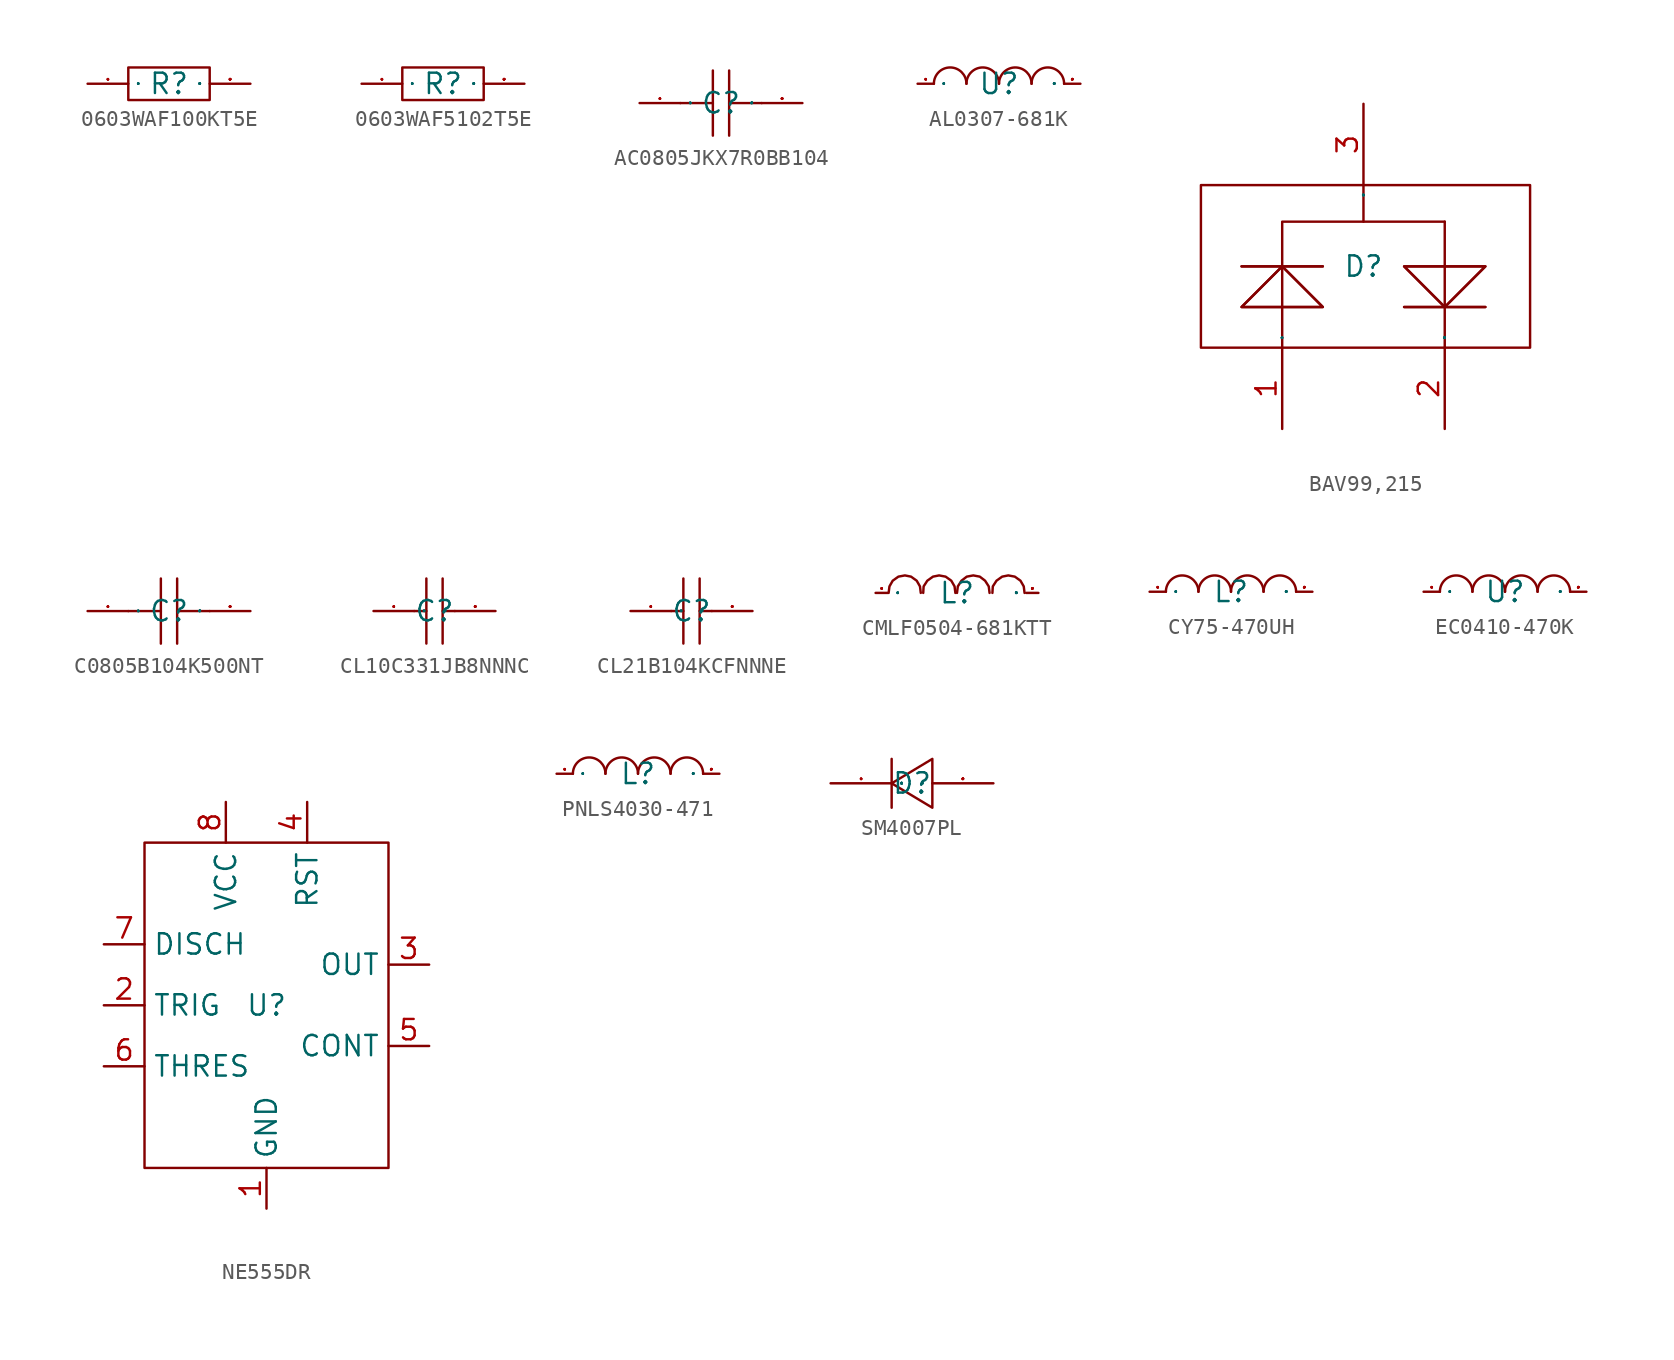
<source format=kicad_sym>
(kicad_symbol_lib
  (version 20241209)
  (generator "kicad_symbol_editor")
  (generator_version "9.0")
  (symbol "0603WAF100KT5E"
    (property "Reference" "R"
      (at 0 0 0)
      (effects (font (size 1.27 1.27))))
    (symbol "0603WAF100KT5E_1_0"
      (rectangle (start -2.54 -1.016) (end 2.54 1.016) (stroke (width 0) (type default)) (fill (type none)))
      (pin input line (at -5.08 0 0) (length 2.54) (name "1" (effects (font (size 0.025 0.025)))) (number "1" (effects (font (size 0.025 0.025)))))
      (pin input line (at 5.08 0 180) (length 2.54) (name "2" (effects (font (size 0.025 0.025)))) (number "2" (effects (font (size 0.025 0.025)))))))
  (symbol "0603WAF5102T5E"
    (property "Reference" "R"
      (at 0 0 0)
      (effects (font (size 1.27 1.27))))
    (symbol "0603WAF5102T5E_1_0"
      (rectangle (start -2.54 -1.016) (end 2.54 1.016) (stroke (width 0) (type default)) (fill (type none)))
      (pin input line (at -5.08 0 0) (length 2.54) (name "1" (effects (font (size 0.025 0.025)))) (number "1" (effects (font (size 0.025 0.025)))))
      (pin input line (at 5.08 0 180) (length 2.54) (name "2" (effects (font (size 0.025 0.025)))) (number "2" (effects (font (size 0.025 0.025)))))))
  (symbol "AC0805JKX7R0BB104"
    (property "Reference" "C"
      (at 0 0 0)
      (effects (font (size 1.27 1.27))))
    (symbol "AC0805JKX7R0BB104_1_0"
      (polyline (pts (xy -0.508 0) (xy -2.54 0)) (stroke (width 0) (type default)) (fill (type none)))
      (polyline (pts (xy -0.508 -2.032) (xy -0.508 2.032)) (stroke (width 0) (type default)) (fill (type none)))
      (polyline (pts (xy 0.508 2.032) (xy 0.508 -2.032)) (stroke (width 0) (type default)) (fill (type none)))
      (polyline (pts (xy 2.54 0) (xy 0.508 0)) (stroke (width 0) (type default)) (fill (type none)))
      (pin unspecified line (at -5.08 0 0) (length 2.54) (name "1" (effects (font (size 0.025 0.025)))) (number "1" (effects (font (size 0.025 0.025)))))
      (pin unspecified line (at 5.08 0 180) (length 2.54) (name "2" (effects (font (size 0.025 0.025)))) (number "2" (effects (font (size 0.025 0.025)))))))
  (symbol "AL0307-681K"
    (property "Reference" "U"
      (at 0 0 0)
      (effects (font (size 1.27 1.27))))
    (symbol "AL0307-681K_1_0"
      (arc (start -4.064 0) (mid -3.0226 1.016) (end -2.032 0) (stroke (width 0) (type default)) (fill (type none)))
      (arc (start -2.032 0) (mid -0.9906 1.016) (end 0 0) (stroke (width 0) (type default)) (fill (type none)))
      (arc (start 0 0) (mid 1.016 1.016) (end 2.032 0) (stroke (width 0) (type default)) (fill (type none)))
      (arc (start 2.032 0) (mid 3.048 1.016) (end 4.064 0) (stroke (width 0) (type default)) (fill (type none)))
      (pin unspecified line (at -5.08 0 0) (length 1.016) (name "1" (effects (font (size 0.025 0.025)))) (number "1" (effects (font (size 0.025 0.025)))))
      (pin unspecified line (at 5.08 0 180) (length 1.016) (name "2" (effects (font (size 0.025 0.025)))) (number "2" (effects (font (size 0.025 0.025)))))))
  (symbol "BAV99,215"
    (property "Reference" "D"
      (at 0 0 0)
      (effects (font (size 1.27 1.27))))
    (property "Value" ""
      (at 0 0 0)
      (effects (font (size 1.27 1.27))))
    (symbol "BAV99,215_1_0"
      (rectangle (start -10.16 -5.08) (end 10.414 5.08) (stroke (width 0) (type default)) (fill (type none)))
      (polyline (pts (xy -7.62 0) (xy -2.54 0)) (stroke (width 0) (type default)) (fill (type none)))
      (polyline (pts (xy -7.62 0) (xy -2.54 0)) (stroke (width 0) (type default)) (fill (type none)))
      (polyline (pts (xy -5.08 -5.08) (xy -5.08 2.794) (xy -5.08 2.794) (xy 5.08 2.794)) (stroke (width 0) (type default)) (fill (type none)))
      (polyline (pts (xy -2.54 -2.54) (xy -5.08 0) (xy -5.08 0) (xy -7.62 -2.54) (xy -7.62 -2.54) (xy -2.54 -2.54)) (stroke (width 0) (type default)) (fill (type none)))
      (polyline (pts (xy -2.54 -2.54) (xy -5.08 0) (xy -5.08 0) (xy -7.62 -2.54) (xy -7.62 -2.54) (xy -2.54 -2.54)) (stroke (width 0) (type default)) (fill (type none)))
      (polyline (pts (xy 0 5.08) (xy 0 2.794)) (stroke (width 0) (type default)) (fill (type none)))
      (polyline (pts (xy 2.54 0) (xy 5.08 -2.54) (xy 5.08 -2.54) (xy 7.62 0) (xy 7.62 0) (xy 2.54 0)) (stroke (width 0) (type default)) (fill (type none)))
      (polyline (pts (xy 2.54 0) (xy 5.08 -2.54) (xy 5.08 -2.54) (xy 7.62 0) (xy 7.62 0) (xy 2.54 0)) (stroke (width 0) (type default)) (fill (type none)))
      (polyline (pts (xy 5.08 2.794) (xy 5.08 -5.08)) (stroke (width 0) (type default)) (fill (type none)))
      (polyline (pts (xy 7.62 -2.54) (xy 2.54 -2.54)) (stroke (width 0) (type default)) (fill (type none)))
      (polyline (pts (xy 7.62 -2.54) (xy 2.54 -2.54)) (stroke (width 0) (type default)) (fill (type none)))
      (pin input line (at -5.08 -10.16 90) (length 5.08) (name "1" (effects (font (size 0.025 0.025)))) (number "1" (effects (font (size 1.27 1.27)))))
      (pin input line (at 0 10.16 270) (length 5.08) (name "3" (effects (font (size 0.025 0.025)))) (number "3" (effects (font (size 1.27 1.27)))))
      (pin input line (at 5.08 -10.16 90) (length 5.08) (name "2" (effects (font (size 0.025 0.025)))) (number "2" (effects (font (size 1.27 1.27)))))))
  (symbol "C0805B104K500NT"
    (property "Reference" "C"
      (at 0 0 0)
      (effects (font (size 1.27 1.27))))
    (symbol "C0805B104K500NT_1_0"
      (polyline (pts (xy -0.508 0) (xy -2.54 0)) (stroke (width 0) (type default)) (fill (type none)))
      (polyline (pts (xy -0.508 -2.032) (xy -0.508 2.032)) (stroke (width 0) (type default)) (fill (type none)))
      (polyline (pts (xy 0.508 2.032) (xy 0.508 -2.032)) (stroke (width 0) (type default)) (fill (type none)))
      (polyline (pts (xy 2.54 0) (xy 0.508 0)) (stroke (width 0) (type default)) (fill (type none)))
      (pin unspecified line (at -5.08 0 0) (length 2.54) (name "1" (effects (font (size 0.025 0.025)))) (number "1" (effects (font (size 0.025 0.025)))))
      (pin unspecified line (at 5.08 0 180) (length 2.54) (name "2" (effects (font (size 0.025 0.025)))) (number "2" (effects (font (size 0.025 0.025)))))))
  (symbol "CL10C331JB8NNNC"
    (property "Reference" "C"
      (at 0 0 0)
      (effects (font (size 1.27 1.27))))
    (symbol "CL10C331JB8NNNC_1_0"
      (polyline (pts (xy -1.27 0) (xy -0.508 0)) (stroke (width 0) (type default)) (fill (type none)))
      (polyline (pts (xy -0.508 2.032) (xy -0.508 -2.032)) (stroke (width 0) (type default)) (fill (type none)))
      (polyline (pts (xy 0.508 2.032) (xy 0.508 -2.032)) (stroke (width 0) (type default)) (fill (type none)))
      (polyline (pts (xy 0.508 0) (xy 1.27 0)) (stroke (width 0) (type default)) (fill (type none)))
      (pin input line (at -3.81 0 0) (length 2.54) (name "1" (effects (font (size 0.025 0.025)))) (number "1" (effects (font (size 0.025 0.025)))))
      (pin input line (at 3.81 0 180) (length 2.54) (name "2" (effects (font (size 0.025 0.025)))) (number "2" (effects (font (size 0.025 0.025)))))))
  (symbol "CL21B104KCFNNNE"
    (property "Reference" "C"
      (at 0 0 0)
      (effects (font (size 1.27 1.27))))
    (symbol "CL21B104KCFNNNE_1_0"
      (polyline (pts (xy -1.27 0) (xy -0.508 0)) (stroke (width 0) (type default)) (fill (type none)))
      (polyline (pts (xy -0.508 2.032) (xy -0.508 -2.032)) (stroke (width 0) (type default)) (fill (type none)))
      (polyline (pts (xy 0.508 2.032) (xy 0.508 -2.032)) (stroke (width 0) (type default)) (fill (type none)))
      (polyline (pts (xy 0.508 0) (xy 1.27 0)) (stroke (width 0) (type default)) (fill (type none)))
      (pin input line (at -3.81 0 0) (length 2.54) (name "1" (effects (font (size 0.025 0.025)))) (number "1" (effects (font (size 0.025 0.025)))))
      (pin input line (at 3.81 0 180) (length 2.54) (name "2" (effects (font (size 0.025 0.025)))) (number "2" (effects (font (size 0.025 0.025)))))))
  (symbol "CMLF0504-681KTT"
    (property "Reference" "L"
      (at 0 0 0)
      (effects (font (size 1.27 1.27))))
    (symbol "CMLF0504-681KTT_1_0"
      (polyline (pts (xy -4.267 0) (xy -4.216 0.406) (xy -4.216 0.406) (xy -4.013 0.762) (xy -4.013 0.762) (xy -3.658 1.016) (xy -3.658 1.016) (xy -3.251 1.092) (xy -3.251 1.092) (xy -2.87 1.016) (xy -2.87 1.016) (xy -2.515 0.762) (xy -2.515 0.762) (xy -2.311 0.406) (xy -2.311 0.406) (xy -2.261 0)) (stroke (width 0) (type default)) (fill (type none)))
      (polyline (pts (xy -2.108 0) (xy -2.083 0.406) (xy -2.083 0.406) (xy -1.854 0.762) (xy -1.854 0.762) (xy -1.499 1.016) (xy -1.499 1.016) (xy -1.118 1.092) (xy -1.118 1.092) (xy -0.711 1.016) (xy -0.711 1.016) (xy -0.356 0.762) (xy -0.356 0.762) (xy -0.152 0.406) (xy -0.152 0.406) (xy -0.102 0)) (stroke (width 0) (type default)) (fill (type none)))
      (polyline (pts (xy 0 0) (xy 0.051 0.406) (xy 0.051 0.406) (xy 0.279 0.762) (xy 0.279 0.762) (xy 0.61 1.016) (xy 0.61 1.016) (xy 1.016 1.092) (xy 1.016 1.092) (xy 1.422 1.016) (xy 1.422 1.016) (xy 1.753 0.762) (xy 1.753 0.762) (xy 1.981 0.406) (xy 1.981 0.406) (xy 2.032 0)) (stroke (width 0) (type default)) (fill (type none)))
      (polyline (pts (xy 2.21 0) (xy 2.235 0.406) (xy 2.235 0.406) (xy 2.464 0.762) (xy 2.464 0.762) (xy 2.819 1.016) (xy 2.819 1.016) (xy 3.2 1.092) (xy 3.2 1.092) (xy 3.607 1.016) (xy 3.607 1.016) (xy 3.962 0.762) (xy 3.962 0.762) (xy 4.166 0.406) (xy 4.166 0.406) (xy 4.216 0)) (stroke (width 0) (type default)) (fill (type none)))
      (pin input line (at -5.08 0 0) (length 0.762) (name "1" (effects (font (size 0.025 0.025)))) (number "1" (effects (font (size 0.025 0.025)))))
      (pin input line (at 5.08 0 180) (length 0.762) (name "2" (effects (font (size 0.025 0.025)))) (number "2" (effects (font (size 0.025 0.025)))))))
  (symbol "CY75-470UH"
    (property "Reference" "L"
      (at 0 0 0)
      (effects (font (size 1.27 1.27))))
    (symbol "CY75-470UH_1_0"
      (arc (start -4.064 0) (mid -3.0226 1.016) (end -2.032 0) (stroke (width 0) (type default)) (fill (type none)))
      (arc (start -2.032 0) (mid -0.9906 1.016) (end 0 0) (stroke (width 0) (type default)) (fill (type none)))
      (arc (start 0 0) (mid 1.016 1.016) (end 2.032 0) (stroke (width 0) (type default)) (fill (type none)))
      (arc (start 2.032 0) (mid 3.048 1.016) (end 4.064 0) (stroke (width 0) (type default)) (fill (type none)))
      (pin unspecified line (at -5.08 0 0) (length 1.016) (name "1" (effects (font (size 0.025 0.025)))) (number "1" (effects (font (size 0.025 0.025)))))
      (pin unspecified line (at 5.08 0 180) (length 1.016) (name "2" (effects (font (size 0.025 0.025)))) (number "2" (effects (font (size 0.025 0.025)))))))
  (symbol "EC0410-470K"
    (property "Reference" "U"
      (at 0 0 0)
      (effects (font (size 1.27 1.27))))
    (symbol "EC0410-470K_1_0"
      (arc (start -4.064 0) (mid -3.0226 1.016) (end -2.032 0) (stroke (width 0) (type default)) (fill (type none)))
      (arc (start -2.032 0) (mid -0.9906 1.016) (end 0 0) (stroke (width 0) (type default)) (fill (type none)))
      (arc (start 0 0) (mid 1.016 1.016) (end 2.032 0) (stroke (width 0) (type default)) (fill (type none)))
      (arc (start 2.032 0) (mid 3.048 1.016) (end 4.064 0) (stroke (width 0) (type default)) (fill (type none)))
      (pin unspecified line (at -5.08 0 0) (length 1.016) (name "1" (effects (font (size 0.025 0.025)))) (number "1" (effects (font (size 0.025 0.025)))))
      (pin unspecified line (at 5.08 0 180) (length 1.016) (name "2" (effects (font (size 0.025 0.025)))) (number "2" (effects (font (size 0.025 0.025)))))))
  (symbol "NE555DR"
    (property "Reference" "U"
      (at 0 0 0)
      (effects (font (size 1.27 1.27))))
    (symbol "NE555DR_1_0"
      (rectangle (start -7.62 -10.16) (end 7.62 10.16) (stroke (width 0) (type default)) (fill (type none)))
      (pin unspecified line (at -10.16 3.81 0) (length 2.54) (name "DISCH" (effects (font (size 1.27 1.27)))) (number "7" (effects (font (size 1.27 1.27)))))
      (pin unspecified line (at -10.16 0 0) (length 2.54) (name "TRIG" (effects (font (size 1.27 1.27)))) (number "2" (effects (font (size 1.27 1.27)))))
      (pin unspecified line (at -10.16 -3.81 0) (length 2.54) (name "THRES" (effects (font (size 1.27 1.27)))) (number "6" (effects (font (size 1.27 1.27)))))
      (pin unspecified line (at -2.54 12.7 270) (length 2.54) (name "VCC" (effects (font (size 1.27 1.27)))) (number "8" (effects (font (size 1.27 1.27)))))
      (pin unspecified line (at 0 -12.7 90) (length 2.54) (name "GND" (effects (font (size 1.27 1.27)))) (number "1" (effects (font (size 1.27 1.27)))))
      (pin unspecified line (at 2.54 12.7 270) (length 2.54) (name "RST" (effects (font (size 1.27 1.27)))) (number "4" (effects (font (size 1.27 1.27)))))
      (pin unspecified line (at 10.16 2.54 180) (length 2.54) (name "OUT" (effects (font (size 1.27 1.27)))) (number "3" (effects (font (size 1.27 1.27)))))
      (pin unspecified line (at 10.16 -2.54 180) (length 2.54) (name "CONT" (effects (font (size 1.27 1.27)))) (number "5" (effects (font (size 1.27 1.27)))))))
  (symbol "PNLS4030-471"
    (property "Reference" "L"
      (at 0 0 0)
      (effects (font (size 1.27 1.27))))
    (symbol "PNLS4030-471_1_0"
      (arc (start -4.064 0) (mid -3.0226 1.016) (end -2.032 0) (stroke (width 0) (type default)) (fill (type none)))
      (arc (start -2.032 0) (mid -0.9906 1.016) (end 0 0) (stroke (width 0) (type default)) (fill (type none)))
      (arc (start 0 0) (mid 1.016 1.016) (end 2.032 0) (stroke (width 0) (type default)) (fill (type none)))
      (arc (start 2.032 0) (mid 3.048 1.016) (end 4.064 0) (stroke (width 0) (type default)) (fill (type none)))
      (pin unspecified line (at -5.08 0 0) (length 1.016) (name "1" (effects (font (size 0.025 0.025)))) (number "1" (effects (font (size 0.025 0.025)))))
      (pin unspecified line (at 5.08 0 180) (length 1.016) (name "2" (effects (font (size 0.025 0.025)))) (number "2" (effects (font (size 0.025 0.025)))))))
  (symbol "SM4007PL"
    (property "Reference" "D"
      (at 0 0 0)
      (effects (font (size 1.27 1.27))))
    (property "Value" ""
      (at 0 0 0)
      (effects (font (size 1.27 1.27))))
    (symbol "SM4007PL_1_0"
      (polyline (pts (xy -1.27 -1.524) (xy -1.27 1.524)) (stroke (width 0) (type default)) (fill (type none)))
      (polyline (pts (xy 1.27 1.524) (xy -1.27 0) (xy -1.27 0) (xy 1.27 -1.524) (xy 1.27 -1.524) (xy 1.27 1.524)) (stroke (width 0) (type default)) (fill (type none)))
      (pin unspecified line (at -5.08 0 0) (length 3.81) (name "C" (effects (font (size 0.025 0.025)))) (number "1" (effects (font (size 0.025 0.025)))))
      (pin unspecified line (at 5.08 0 180) (length 3.81) (name "A" (effects (font (size 0.025 0.025)))) (number "2" (effects (font (size 0.025 0.025))))))))
</source>
